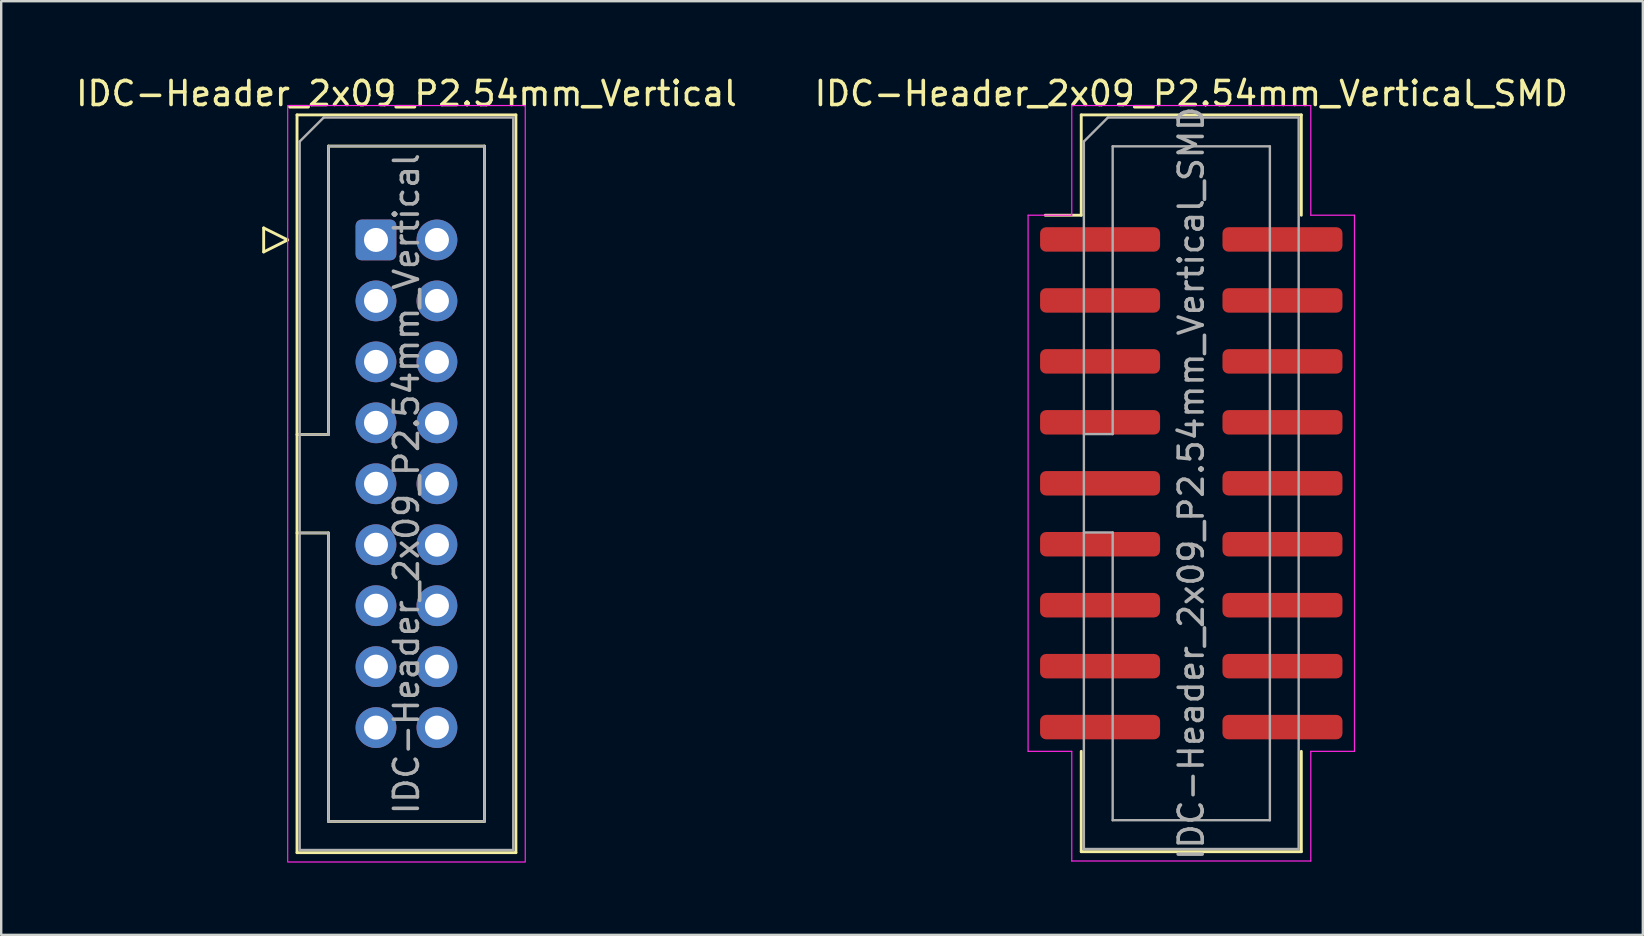
<source format=kicad_pcb>
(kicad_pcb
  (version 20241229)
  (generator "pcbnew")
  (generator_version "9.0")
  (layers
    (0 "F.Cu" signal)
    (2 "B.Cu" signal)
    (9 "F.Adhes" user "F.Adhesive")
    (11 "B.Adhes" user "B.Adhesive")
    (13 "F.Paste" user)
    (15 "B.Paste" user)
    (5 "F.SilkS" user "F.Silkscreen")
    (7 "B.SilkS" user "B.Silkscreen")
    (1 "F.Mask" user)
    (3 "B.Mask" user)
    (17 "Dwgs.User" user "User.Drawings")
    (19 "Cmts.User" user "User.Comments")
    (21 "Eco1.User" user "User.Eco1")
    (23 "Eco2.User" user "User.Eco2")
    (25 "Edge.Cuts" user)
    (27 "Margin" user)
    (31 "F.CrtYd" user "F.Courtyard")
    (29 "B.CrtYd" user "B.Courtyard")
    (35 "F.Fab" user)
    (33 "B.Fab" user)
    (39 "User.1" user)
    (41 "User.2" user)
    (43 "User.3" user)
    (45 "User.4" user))
  (footprint "IDC-Header_2x09_P2.54mm_Vertical_SMD"
    (layer "F.Cu")
    (at 46.589 17.088)
    (property "Reference" "IDC-Header_2x09_P2.54mm_Vertical_SMD" (at 0 -16.24 0) (layer "F.SilkS") (effects (font (size 1 1) (thickness 0.15))))
    (attr smd)
    (fp_line (start -4.585 -15.35) (end 4.585 -15.35) (stroke (width 0.12) (type solid)) (layer "F.SilkS"))
    (fp_line (start -4.585 -11.17) (end -6.085 -11.17) (stroke (width 0.12) (type solid)) (layer "F.SilkS"))
    (fp_line (start -4.585 -11.17) (end -4.585 -15.35) (stroke (width 0.12) (type solid)) (layer "F.SilkS"))
    (fp_line (start -4.585 11.17) (end -4.585 15.35) (stroke (width 0.12) (type solid)) (layer "F.SilkS"))
    (fp_line (start -4.585 15.35) (end 4.585 15.35) (stroke (width 0.12) (type solid)) (layer "F.SilkS"))
    (fp_line (start 4.585 -15.35) (end 4.585 -11.17) (stroke (width 0.12) (type solid)) (layer "F.SilkS"))
    (fp_line (start 4.585 15.35) (end 4.585 11.17) (stroke (width 0.12) (type solid)) (layer "F.SilkS"))
    (fp_line (start -6.8 -11.17) (end -6.8 11.17) (stroke (width 0.05) (type solid)) (layer "F.CrtYd"))
    (fp_line (start -6.8 11.17) (end -4.98 11.17) (stroke (width 0.05) (type solid)) (layer "F.CrtYd"))
    (fp_line (start -4.98 -15.74) (end -4.98 -11.17) (stroke (width 0.05) (type solid)) (layer "F.CrtYd"))
    (fp_line (start -4.98 -11.17) (end -6.8 -11.17) (stroke (width 0.05) (type solid)) (layer "F.CrtYd"))
    (fp_line (start -4.98 11.17) (end -4.98 15.74) (stroke (width 0.05) (type solid)) (layer "F.CrtYd"))
    (fp_line (start -4.98 15.74) (end 4.98 15.74) (stroke (width 0.05) (type solid)) (layer "F.CrtYd"))
    (fp_line (start 4.98 -15.74) (end -4.98 -15.74) (stroke (width 0.05) (type solid)) (layer "F.CrtYd"))
    (fp_line (start 4.98 -11.17) (end 4.98 -15.74) (stroke (width 0.05) (type solid)) (layer "F.CrtYd"))
    (fp_line (start 4.98 11.17) (end 6.8 11.17) (stroke (width 0.05) (type solid)) (layer "F.CrtYd"))
    (fp_line (start 4.98 15.74) (end 4.98 11.17) (stroke (width 0.05) (type solid)) (layer "F.CrtYd"))
    (fp_line (start 6.8 -11.17) (end 4.98 -11.17) (stroke (width 0.05) (type solid)) (layer "F.CrtYd"))
    (fp_line (start 6.8 11.17) (end 6.8 -11.17) (stroke (width 0.05) (type solid)) (layer "F.CrtYd"))
    (fp_line (start -4.475 -14.24) (end -3.475 -15.24) (stroke (width 0.1) (type solid)) (layer "F.Fab"))
    (fp_line (start -4.475 -2.05) (end -3.275 -2.05) (stroke (width 0.1) (type solid)) (layer "F.Fab"))
    (fp_line (start -4.475 15.24) (end -4.475 -14.24) (stroke (width 0.1) (type solid)) (layer "F.Fab"))
    (fp_line (start -3.475 -15.24) (end 4.475 -15.24) (stroke (width 0.1) (type solid)) (layer "F.Fab"))
    (fp_line (start -3.275 -14.04) (end 3.275 -14.04) (stroke (width 0.1) (type solid)) (layer "F.Fab"))
    (fp_line (start -3.275 -2.05) (end -3.275 -14.04) (stroke (width 0.1) (type solid)) (layer "F.Fab"))
    (fp_line (start -3.275 2.05) (end -4.475 2.05) (stroke (width 0.1) (type solid)) (layer "F.Fab"))
    (fp_line (start -3.275 14.04) (end -3.275 2.05) (stroke (width 0.1) (type solid)) (layer "F.Fab"))
    (fp_line (start 3.275 -14.04) (end 3.275 14.04) (stroke (width 0.1) (type solid)) (layer "F.Fab"))
    (fp_line (start 3.275 14.04) (end -3.275 14.04) (stroke (width 0.1) (type solid)) (layer "F.Fab"))
    (fp_line (start 4.475 -15.24) (end 4.475 15.24) (stroke (width 0.1) (type solid)) (layer "F.Fab"))
    (fp_line (start 4.475 15.24) (end -4.475 15.24) (stroke (width 0.1) (type solid)) (layer "F.Fab"))
    (fp_text user "${REFERENCE}" (at 0 0 90) (layer "F.Fab") (effects (font (size 1 1) (thickness 0.15))))
    (pad "1" smd roundrect (at -3.8 -10.16) (size 5 1.02) (layers "F.Cu" "F.Mask" "F.Paste") (roundrect_rratio 0.245))
    (pad "2" smd roundrect (at 3.8 -10.16) (size 5 1.02) (layers "F.Cu" "F.Mask" "F.Paste") (roundrect_rratio 0.245))
    (pad "3" smd roundrect (at -3.8 -7.62) (size 5 1.02) (layers "F.Cu" "F.Mask" "F.Paste") (roundrect_rratio 0.245))
    (pad "4" smd roundrect (at 3.8 -7.62) (size 5 1.02) (layers "F.Cu" "F.Mask" "F.Paste") (roundrect_rratio 0.245))
    (pad "5" smd roundrect (at -3.8 -5.08) (size 5 1.02) (layers "F.Cu" "F.Mask" "F.Paste") (roundrect_rratio 0.245))
    (pad "6" smd roundrect (at 3.8 -5.08) (size 5 1.02) (layers "F.Cu" "F.Mask" "F.Paste") (roundrect_rratio 0.245))
    (pad "7" smd roundrect (at -3.8 -2.54) (size 5 1.02) (layers "F.Cu" "F.Mask" "F.Paste") (roundrect_rratio 0.245))
    (pad "8" smd roundrect (at 3.8 -2.54) (size 5 1.02) (layers "F.Cu" "F.Mask" "F.Paste") (roundrect_rratio 0.245))
    (pad "9" smd roundrect (at -3.8 0) (size 5 1.02) (layers "F.Cu" "F.Mask" "F.Paste") (roundrect_rratio 0.245))
    (pad "10" smd roundrect (at 3.8 0) (size 5 1.02) (layers "F.Cu" "F.Mask" "F.Paste") (roundrect_rratio 0.245))
    (pad "11" smd roundrect (at -3.8 2.54) (size 5 1.02) (layers "F.Cu" "F.Mask" "F.Paste") (roundrect_rratio 0.245))
    (pad "12" smd roundrect (at 3.8 2.54) (size 5 1.02) (layers "F.Cu" "F.Mask" "F.Paste") (roundrect_rratio 0.245))
    (pad "13" smd roundrect (at -3.8 5.08) (size 5 1.02) (layers "F.Cu" "F.Mask" "F.Paste") (roundrect_rratio 0.245))
    (pad "14" smd roundrect (at 3.8 5.08) (size 5 1.02) (layers "F.Cu" "F.Mask" "F.Paste") (roundrect_rratio 0.245))
    (pad "15" smd roundrect (at -3.8 7.62) (size 5 1.02) (layers "F.Cu" "F.Mask" "F.Paste") (roundrect_rratio 0.245))
    (pad "16" smd roundrect (at 3.8 7.62) (size 5 1.02) (layers "F.Cu" "F.Mask" "F.Paste") (roundrect_rratio 0.245))
    (pad "17" smd roundrect (at -3.8 10.16) (size 5 1.02) (layers "F.Cu" "F.Mask" "F.Paste") (roundrect_rratio 0.245))
    (pad "18" smd roundrect (at 3.8 10.16) (size 5 1.02) (layers "F.Cu" "F.Mask" "F.Paste") (roundrect_rratio 0.245)))
  (footprint "IDC-Header_2x09_P2.54mm_Vertical"
    (layer "F.Cu")
    (at 12.617 6.948)
    (property "Reference" "IDC-Header_2x09_P2.54mm_Vertical" (at 1.27 -6.1 0) (layer "F.SilkS") (effects (font (size 1 1) (thickness 0.15))))
    (attr through_hole)
    (fp_line (start -4.68 -0.5) (end -4.68 0.5) (stroke (width 0.12) (type solid)) (layer "F.SilkS"))
    (fp_line (start -4.68 0.5) (end -3.68 0) (stroke (width 0.12) (type solid)) (layer "F.SilkS"))
    (fp_line (start -3.68 0) (end -4.68 -0.5) (stroke (width 0.12) (type solid)) (layer "F.SilkS"))
    (fp_line (start -3.29 -5.21) (end 5.83 -5.21) (stroke (width 0.12) (type solid)) (layer "F.SilkS"))
    (fp_line (start -3.29 8.11) (end -1.98 8.11) (stroke (width 0.12) (type solid)) (layer "F.SilkS"))
    (fp_line (start -3.29 25.53) (end -3.29 -5.21) (stroke (width 0.12) (type solid)) (layer "F.SilkS"))
    (fp_line (start -1.98 -3.91) (end 4.52 -3.91) (stroke (width 0.12) (type solid)) (layer "F.SilkS"))
    (fp_line (start -1.98 8.11) (end -1.98 -3.91) (stroke (width 0.12) (type solid)) (layer "F.SilkS"))
    (fp_line (start -1.98 12.21) (end -3.29 12.21) (stroke (width 0.12) (type solid)) (layer "F.SilkS"))
    (fp_line (start -1.98 24.23) (end -1.98 12.21) (stroke (width 0.12) (type solid)) (layer "F.SilkS"))
    (fp_line (start 4.52 -3.91) (end 4.52 24.23) (stroke (width 0.12) (type solid)) (layer "F.SilkS"))
    (fp_line (start 4.52 24.23) (end -1.98 24.23) (stroke (width 0.12) (type solid)) (layer "F.SilkS"))
    (fp_line (start 5.83 -5.21) (end 5.83 25.53) (stroke (width 0.12) (type solid)) (layer "F.SilkS"))
    (fp_line (start 5.83 25.53) (end -3.29 25.53) (stroke (width 0.12) (type solid)) (layer "F.SilkS"))
    (fp_rect (start -3.68 -5.6) (end 6.22 25.92) (stroke (width 0.05) (type solid)) (fill no) (layer "F.CrtYd"))
    (fp_line (start -3.18 -4.1) (end -2.18 -5.1) (stroke (width 0.1) (type solid)) (layer "F.Fab"))
    (fp_line (start -3.18 8.11) (end -1.98 8.11) (stroke (width 0.1) (type solid)) (layer "F.Fab"))
    (fp_line (start -3.18 25.42) (end -3.18 -4.1) (stroke (width 0.1) (type solid)) (layer "F.Fab"))
    (fp_line (start -2.18 -5.1) (end 5.72 -5.1) (stroke (width 0.1) (type solid)) (layer "F.Fab"))
    (fp_line (start -1.98 -3.91) (end 4.52 -3.91) (stroke (width 0.1) (type solid)) (layer "F.Fab"))
    (fp_line (start -1.98 8.11) (end -1.98 -3.91) (stroke (width 0.1) (type solid)) (layer "F.Fab"))
    (fp_line (start -1.98 12.21) (end -3.18 12.21) (stroke (width 0.1) (type solid)) (layer "F.Fab"))
    (fp_line (start -1.98 24.23) (end -1.98 12.21) (stroke (width 0.1) (type solid)) (layer "F.Fab"))
    (fp_line (start 4.52 -3.91) (end 4.52 24.23) (stroke (width 0.1) (type solid)) (layer "F.Fab"))
    (fp_line (start 4.52 24.23) (end -1.98 24.23) (stroke (width 0.1) (type solid)) (layer "F.Fab"))
    (fp_line (start 5.72 -5.1) (end 5.72 25.42) (stroke (width 0.1) (type solid)) (layer "F.Fab"))
    (fp_line (start 5.72 25.42) (end -3.18 25.42) (stroke (width 0.1) (type solid)) (layer "F.Fab"))
    (fp_text user "${REFERENCE}" (at 1.27 10.16 90) (layer "F.Fab") (effects (font (size 1 1) (thickness 0.15))))
    (pad "1" thru_hole roundrect (at 0 0) (size 1.7 1.7) (drill 1) (layers "*.Cu" "*.Mask") (roundrect_rratio 0.147))
    (pad "2" thru_hole circle (at 2.54 0) (size 1.7 1.7) (drill 1) (layers "*.Cu" "*.Mask"))
    (pad "3" thru_hole circle (at 0 2.54) (size 1.7 1.7) (drill 1) (layers "*.Cu" "*.Mask"))
    (pad "4" thru_hole circle (at 2.54 2.54) (size 1.7 1.7) (drill 1) (layers "*.Cu" "*.Mask"))
    (pad "5" thru_hole circle (at 0 5.08) (size 1.7 1.7) (drill 1) (layers "*.Cu" "*.Mask"))
    (pad "6" thru_hole circle (at 2.54 5.08) (size 1.7 1.7) (drill 1) (layers "*.Cu" "*.Mask"))
    (pad "7" thru_hole circle (at 0 7.62) (size 1.7 1.7) (drill 1) (layers "*.Cu" "*.Mask"))
    (pad "8" thru_hole circle (at 2.54 7.62) (size 1.7 1.7) (drill 1) (layers "*.Cu" "*.Mask"))
    (pad "9" thru_hole circle (at 0 10.16) (size 1.7 1.7) (drill 1) (layers "*.Cu" "*.Mask"))
    (pad "10" thru_hole circle (at 2.54 10.16) (size 1.7 1.7) (drill 1) (layers "*.Cu" "*.Mask"))
    (pad "11" thru_hole circle (at 0 12.7) (size 1.7 1.7) (drill 1) (layers "*.Cu" "*.Mask"))
    (pad "12" thru_hole circle (at 2.54 12.7) (size 1.7 1.7) (drill 1) (layers "*.Cu" "*.Mask"))
    (pad "13" thru_hole circle (at 0 15.24) (size 1.7 1.7) (drill 1) (layers "*.Cu" "*.Mask"))
    (pad "14" thru_hole circle (at 2.54 15.24) (size 1.7 1.7) (drill 1) (layers "*.Cu" "*.Mask"))
    (pad "15" thru_hole circle (at 0 17.78) (size 1.7 1.7) (drill 1) (layers "*.Cu" "*.Mask"))
    (pad "16" thru_hole circle (at 2.54 17.78) (size 1.7 1.7) (drill 1) (layers "*.Cu" "*.Mask"))
    (pad "17" thru_hole circle (at 0 20.32) (size 1.7 1.7) (drill 1) (layers "*.Cu" "*.Mask"))
    (pad "18" thru_hole circle (at 2.54 20.32) (size 1.7 1.7) (drill 1) (layers "*.Cu" "*.Mask")))
  (gr_rect
    (start -3 -3)
    (end 65.405 35.904)
    (stroke (width 0.1) (type default))
    (fill no)
    (layer "Edge.Cuts")))
</source>
